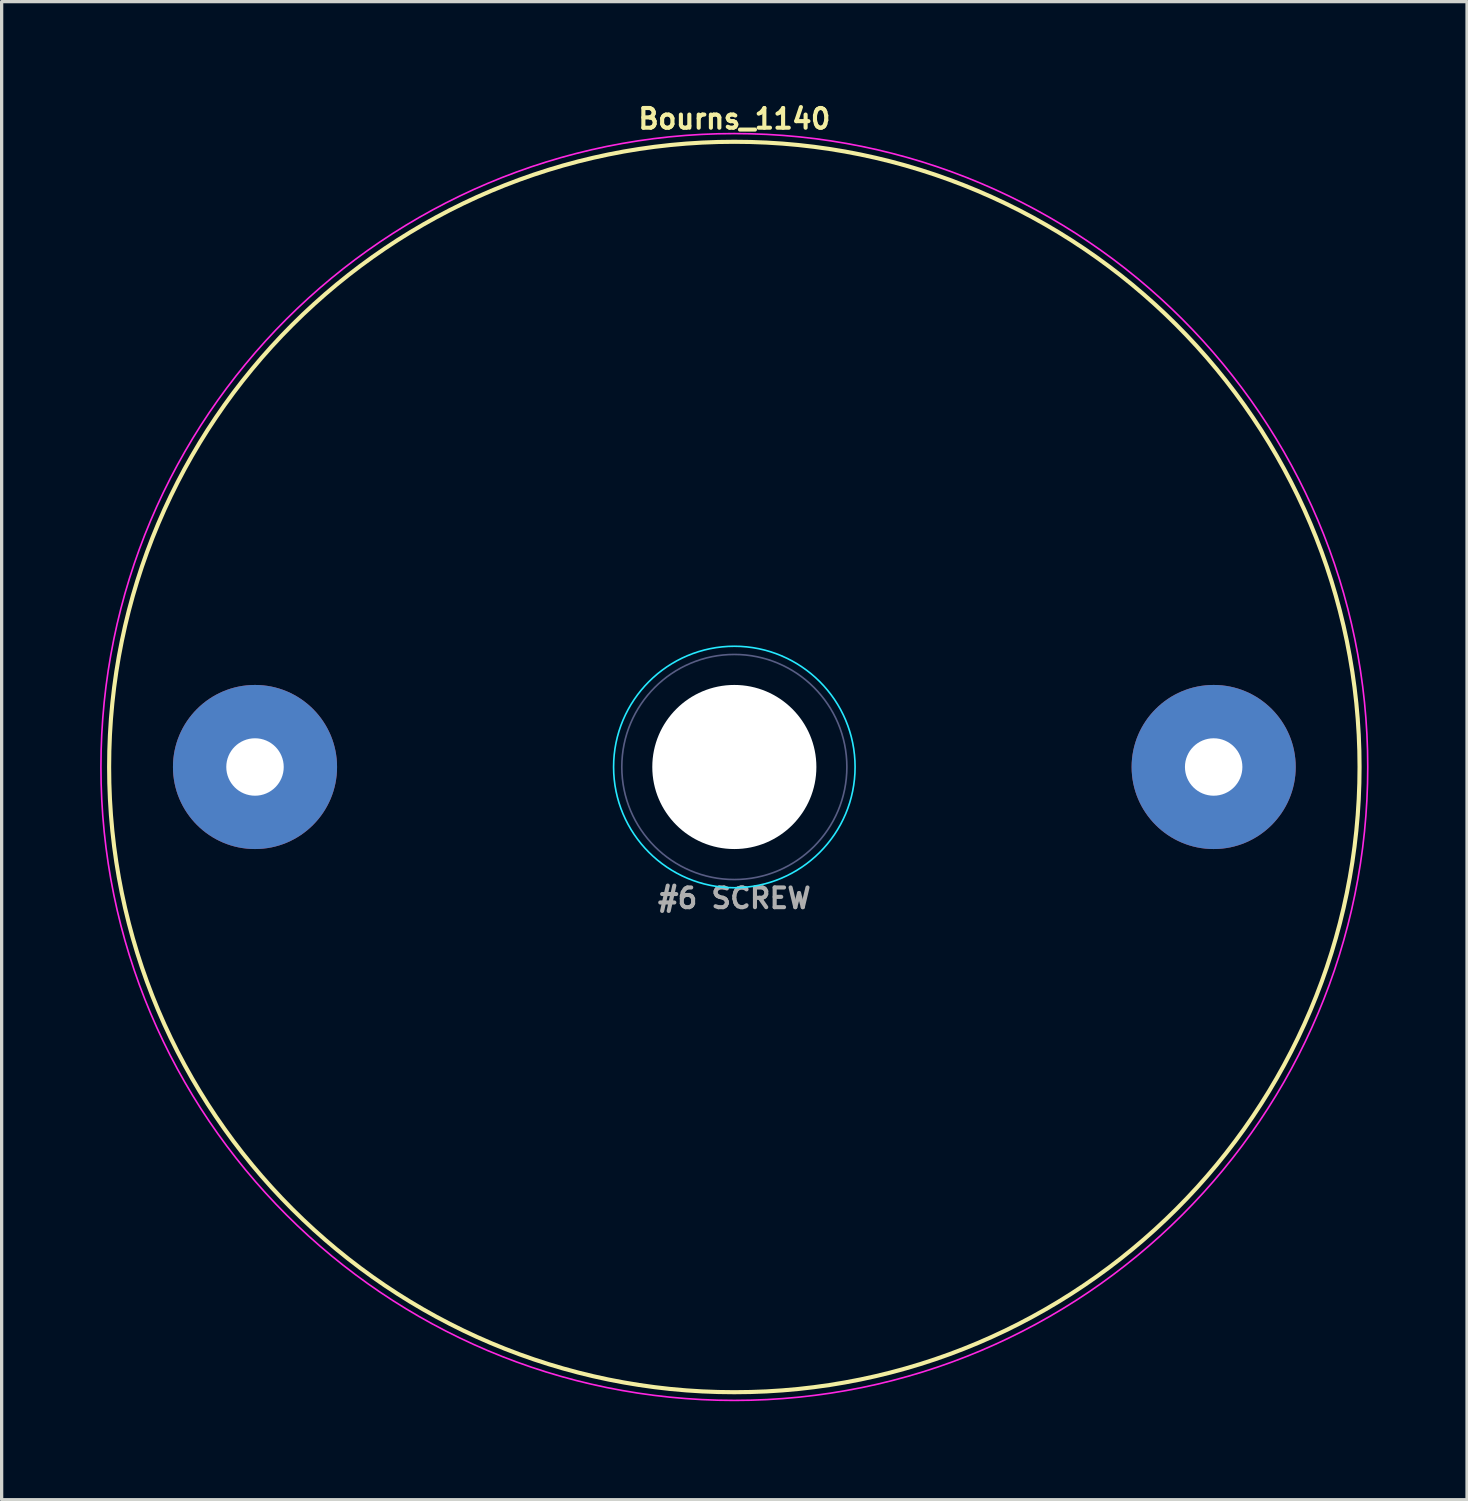
<source format=kicad_pcb>
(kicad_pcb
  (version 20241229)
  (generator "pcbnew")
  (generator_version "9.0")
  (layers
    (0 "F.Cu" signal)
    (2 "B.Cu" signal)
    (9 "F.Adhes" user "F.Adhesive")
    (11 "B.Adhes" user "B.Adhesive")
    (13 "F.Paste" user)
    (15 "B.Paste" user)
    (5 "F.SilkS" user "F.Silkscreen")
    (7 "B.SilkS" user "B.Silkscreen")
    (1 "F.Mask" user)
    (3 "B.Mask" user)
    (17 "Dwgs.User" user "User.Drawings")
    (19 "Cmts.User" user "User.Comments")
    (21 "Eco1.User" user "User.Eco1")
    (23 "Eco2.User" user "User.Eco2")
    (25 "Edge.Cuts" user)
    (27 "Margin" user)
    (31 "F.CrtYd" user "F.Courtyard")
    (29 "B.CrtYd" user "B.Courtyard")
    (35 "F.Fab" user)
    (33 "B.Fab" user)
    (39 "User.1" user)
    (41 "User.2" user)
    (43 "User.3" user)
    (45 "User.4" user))
  (footprint "Bourns_1140"
    (layer "F.Cu")
    (at 19.325 20.32)
    (property "Reference" "Bourns_1140" (at 0 -19.75 0) (layer "F.SilkS") (effects (font (size 0.6 0.6) (thickness 0.125))))
    (attr through_hole)
    (fp_circle (center 0 0) (end 19.05 0) (stroke (width 0.125) (type solid)) (fill no) (layer "F.SilkS"))
    (fp_circle (center 0 0) (end 3.679 0) (stroke (width 0.05) (type solid)) (fill no) (layer "B.CrtYd"))
    (fp_circle (center 0 0) (end 19.3 0) (stroke (width 0.05) (type solid)) (fill no) (layer "F.CrtYd"))
    (fp_circle (center 0 0) (end 3.429 0) (stroke (width 0.05) (type solid)) (fill no) (layer "B.Fab"))
    (fp_text user "#6 SCREW" (at 0 4 0) (layer "F.Fab") (effects (font (size 0.6 0.6) (thickness 0.125))))
    (pad "" np_thru_hole circle (at 0 0) (size 5 5) (drill 5) (layers "*.Cu" "*.Mask"))
    (pad "1" thru_hole circle (at -14.605 0) (size 5 5) (drill 1.75) (layers "*.Cu" "*.Mask"))
    (pad "2" thru_hole circle (at 14.605 0) (size 5 5) (drill 1.75) (layers "*.Cu" "*.Mask")))
  (gr_rect
    (start -3 -3)
    (end 41.65 42.645)
    (stroke (width 0.1) (type default))
    (fill no)
    (layer "Edge.Cuts")))
</source>
